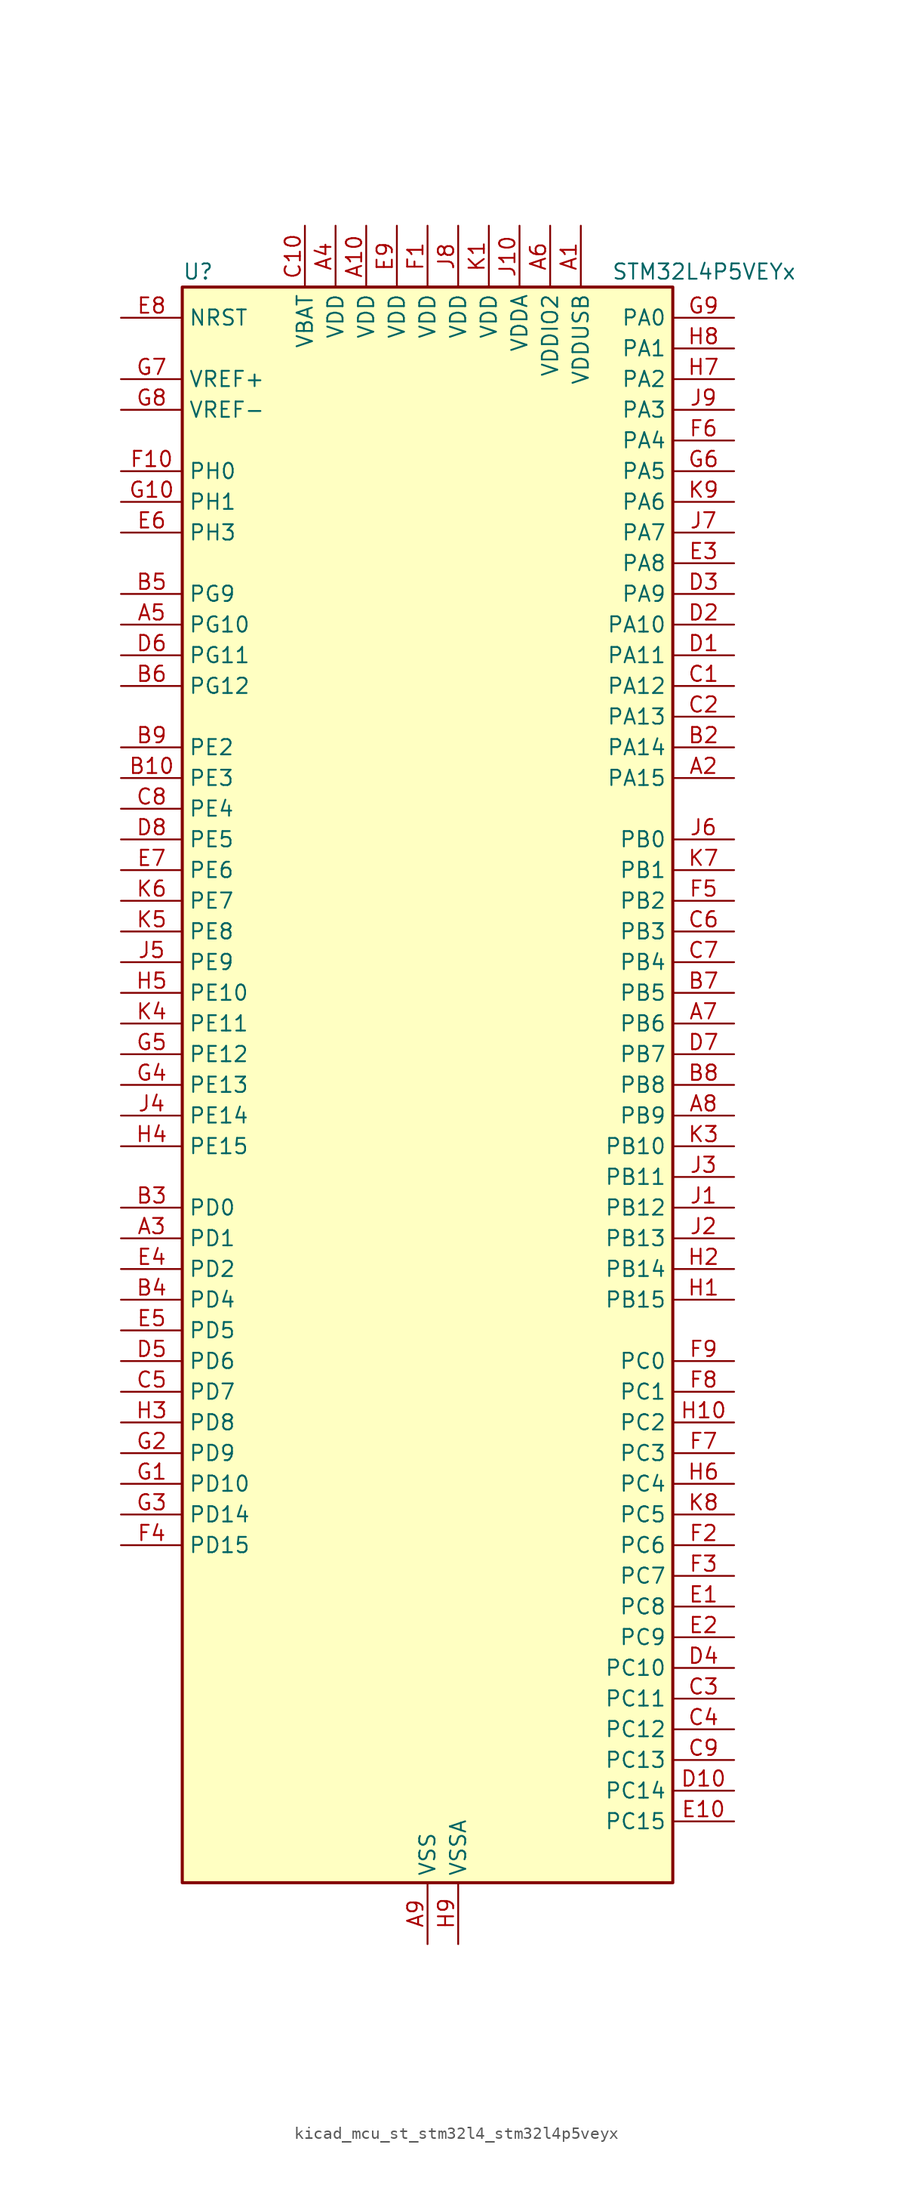
<source format=kicad_sym>
(kicad_symbol_lib
  (version 20220914)
  (generator kicad_symbol_editor)
  (symbol "kicad_mcu_st_stm32l4_stm32l4p5veyx"
    (property "Reference" "U"
      (at -20.32 67.31 0)
      (effects (font (size 1.27 1.27)) (justify left)))
    (property "Value" "STM32L4P5VEYx"
      (at 15.24 67.31 0)
      (effects (font (size 1.27 1.27)) (justify left)))
    (property "ki_locked" ""
      (at 0 0 0)
      (effects (font (size 1.27 1.27))))
    (symbol "kicad_mcu_st_stm32l4_stm32l4p5veyx_0_1"
      (rectangle (start -20.32 -66.04) (end 20.32 66.04) (stroke (width 0.254) (type default)) (fill (type background))))
    (symbol "kicad_mcu_st_stm32l4_stm32l4p5veyx_1_1"
      (pin power_in line (at 12.7 71.12 270) (length 5.08) (name "VDDUSB" (effects (font (size 1.27 1.27)))) (number "A1" (effects (font (size 1.27 1.27)))))
      (pin power_in line (at -5.08 71.12 270) (length 5.08) (name "VDD" (effects (font (size 1.27 1.27)))) (number "A10" (effects (font (size 1.27 1.27)))))
      (pin bidirectional line (at 25.4 25.4 180) (length 5.08) (name "PA15" (effects (font (size 1.27 1.27)))) (number "A2" (effects (font (size 1.27 1.27)))) (alternate "ADC1_EXTI15" bidirectional line) (alternate "ADC2_EXTI15" bidirectional line) (alternate "LTDC_HSYNC" bidirectional line) (alternate "SAI2_FS_B" bidirectional line) (alternate "SPI1_NSS" bidirectional line) (alternate "SPI3_NSS" bidirectional line) (alternate "SYS_JTDI" bidirectional line) (alternate "TIM2_CH1" bidirectional line) (alternate "TIM2_ETR" bidirectional line) (alternate "TSC_G3_IO1" bidirectional line) (alternate "UART4_DE" bidirectional line) (alternate "UART4_RTS" bidirectional line) (alternate "USART2_RX" bidirectional line) (alternate "USART3_DE" bidirectional line) (alternate "USART3_RTS" bidirectional line))
      (pin bidirectional line (at -25.4 -12.7 0) (length 5.08) (name "PD1" (effects (font (size 1.27 1.27)))) (number "A3" (effects (font (size 1.27 1.27)))) (alternate "CAN1_TX" bidirectional line) (alternate "FMC_D3" bidirectional line) (alternate "FMC_DA3" bidirectional line) (alternate "LTDC_B5" bidirectional line) (alternate "SPI2_SCK" bidirectional line))
      (pin power_in line (at -7.62 71.12 270) (length 5.08) (name "VDD" (effects (font (size 1.27 1.27)))) (number "A4" (effects (font (size 1.27 1.27)))))
      (pin bidirectional line (at -25.4 38.1 0) (length 5.08) (name "PG10" (effects (font (size 1.27 1.27)))) (number "A5" (effects (font (size 1.27 1.27)))) (alternate "FMC_NE3" bidirectional line) (alternate "LPTIM1_IN1" bidirectional line) (alternate "OCTOSPIM_P2_IO7" bidirectional line) (alternate "SAI2_FS_A" bidirectional line) (alternate "SDMMC2_D1" bidirectional line) (alternate "SPI3_MISO" bidirectional line) (alternate "TIM15_CH1" bidirectional line) (alternate "USART1_RX" bidirectional line))
      (pin power_in line (at 10.16 71.12 270) (length 5.08) (name "VDDIO2" (effects (font (size 1.27 1.27)))) (number "A6" (effects (font (size 1.27 1.27)))))
      (pin bidirectional line (at 25.4 5.08 180) (length 5.08) (name "PB6" (effects (font (size 1.27 1.27)))) (number "A7" (effects (font (size 1.27 1.27)))) (alternate "COMP2_INP" bidirectional line) (alternate "DCMI_D5" bidirectional line) (alternate "I2C1_SCL" bidirectional line) (alternate "I2C4_SCL" bidirectional line) (alternate "LPTIM1_ETR" bidirectional line) (alternate "LTDC_R6" bidirectional line) (alternate "PSSI_D5" bidirectional line) (alternate "SAI1_FS_B" bidirectional line) (alternate "TIM16_CH1N" bidirectional line) (alternate "TIM4_CH1" bidirectional line) (alternate "TIM8_BKIN2" bidirectional line) (alternate "TSC_G2_IO3" bidirectional line) (alternate "USART1_TX" bidirectional line))
      (pin bidirectional line (at 25.4 -2.54 180) (length 5.08) (name "PB9" (effects (font (size 1.27 1.27)))) (number "A8" (effects (font (size 1.27 1.27)))) (alternate "CAN1_TX" bidirectional line) (alternate "DAC1_EXTI9" bidirectional line) (alternate "DCMI_D7" bidirectional line) (alternate "I2C1_SDA" bidirectional line) (alternate "IR_OUT" bidirectional line) (alternate "PSSI_D7" bidirectional line) (alternate "SAI1_D2" bidirectional line) (alternate "SAI1_FS_A" bidirectional line) (alternate "SDMMC1_CDIR" bidirectional line) (alternate "SDMMC1_D5" bidirectional line) (alternate "SDMMC2_D5" bidirectional line) (alternate "SPI2_NSS" bidirectional line) (alternate "TIM17_CH1" bidirectional line) (alternate "TIM4_CH4" bidirectional line))
      (pin power_in line (at 0 -71.12 90) (length 5.08) (name "VSS" (effects (font (size 1.27 1.27)))) (number "A9" (effects (font (size 1.27 1.27)))))
      (pin passive line (at 0 -71.12 90) (length 5.08) hide (name "VSS" (effects (font (size 1.27 1.27)))) (number "B1" (effects (font (size 1.27 1.27)))))
      (pin bidirectional line (at -25.4 25.4 0) (length 5.08) (name "PE3" (effects (font (size 1.27 1.27)))) (number "B10" (effects (font (size 1.27 1.27)))) (alternate "FMC_A19" bidirectional line) (alternate "LTDC_R6" bidirectional line) (alternate "OCTOSPIM_P1_DQS" bidirectional line) (alternate "SAI1_SD_B" bidirectional line) (alternate "SYS_TRACED0" bidirectional line) (alternate "TIM3_CH1" bidirectional line) (alternate "TSC_G7_IO2" bidirectional line))
      (pin bidirectional line (at 25.4 27.94 180) (length 5.08) (name "PA14" (effects (font (size 1.27 1.27)))) (number "B2" (effects (font (size 1.27 1.27)))) (alternate "I2C1_SMBA" bidirectional line) (alternate "I2C4_SMBA" bidirectional line) (alternate "LPTIM1_OUT" bidirectional line) (alternate "SAI1_FS_B" bidirectional line) (alternate "SYS_JTCK-SWCLK" bidirectional line) (alternate "USB_OTG_FS_SOF" bidirectional line))
      (pin bidirectional line (at -25.4 -10.16 0) (length 5.08) (name "PD0" (effects (font (size 1.27 1.27)))) (number "B3" (effects (font (size 1.27 1.27)))) (alternate "CAN1_RX" bidirectional line) (alternate "FMC_D2" bidirectional line) (alternate "FMC_DA2" bidirectional line) (alternate "LTDC_B4" bidirectional line) (alternate "SPI2_NSS" bidirectional line))
      (pin bidirectional line (at -25.4 -17.78 0) (length 5.08) (name "PD4" (effects (font (size 1.27 1.27)))) (number "B4" (effects (font (size 1.27 1.27)))) (alternate "DFSDM1_CKIN0" bidirectional line) (alternate "FMC_NOE" bidirectional line) (alternate "OCTOSPIM_P1_IO4" bidirectional line) (alternate "SDMMC2_CKIN" bidirectional line) (alternate "SPI2_MOSI" bidirectional line) (alternate "USART2_DE" bidirectional line) (alternate "USART2_RTS" bidirectional line))
      (pin bidirectional line (at -25.4 40.64 0) (length 5.08) (name "PG9" (effects (font (size 1.27 1.27)))) (number "B5" (effects (font (size 1.27 1.27)))) (alternate "DAC1_EXTI9" bidirectional line) (alternate "FMC_NCE" bidirectional line) (alternate "FMC_NE2" bidirectional line) (alternate "OCTOSPIM_P2_IO6" bidirectional line) (alternate "SAI2_SCK_A" bidirectional line) (alternate "SDMMC2_D0" bidirectional line) (alternate "SPI3_SCK" bidirectional line) (alternate "TIM15_CH1N" bidirectional line) (alternate "USART1_TX" bidirectional line))
      (pin bidirectional line (at -25.4 33.02 0) (length 5.08) (name "PG12" (effects (font (size 1.27 1.27)))) (number "B6" (effects (font (size 1.27 1.27)))) (alternate "FMC_NE4" bidirectional line) (alternate "LPTIM1_ETR" bidirectional line) (alternate "OCTOSPIM_P2_NCS" bidirectional line) (alternate "SAI2_SD_A" bidirectional line) (alternate "SDMMC2_D3" bidirectional line) (alternate "SPI3_NSS" bidirectional line) (alternate "USART1_DE" bidirectional line) (alternate "USART1_RTS" bidirectional line))
      (pin bidirectional line (at 25.4 7.62 180) (length 5.08) (name "PB5" (effects (font (size 1.27 1.27)))) (number "B7" (effects (font (size 1.27 1.27)))) (alternate "COMP2_OUT" bidirectional line) (alternate "DCMI_D10" bidirectional line) (alternate "I2C1_SMBA" bidirectional line) (alternate "LPTIM1_IN1" bidirectional line) (alternate "OCTOSPIM_P1_IO0" bidirectional line) (alternate "PSSI_D10" bidirectional line) (alternate "SAI1_SD_B" bidirectional line) (alternate "SPI1_MOSI" bidirectional line) (alternate "SPI3_MOSI" bidirectional line) (alternate "TIM16_BKIN" bidirectional line) (alternate "TIM3_CH2" bidirectional line) (alternate "TSC_G2_IO2" bidirectional line) (alternate "UART5_CTS" bidirectional line) (alternate "USART1_CK" bidirectional line))
      (pin bidirectional line (at 25.4 0 180) (length 5.08) (name "PB8" (effects (font (size 1.27 1.27)))) (number "B8" (effects (font (size 1.27 1.27)))) (alternate "CAN1_RX" bidirectional line) (alternate "DCMI_D6" bidirectional line) (alternate "DFSDM1_CKOUT" bidirectional line) (alternate "I2C1_SCL" bidirectional line) (alternate "LTDC_DE" bidirectional line) (alternate "PSSI_D6" bidirectional line) (alternate "SAI1_CK1" bidirectional line) (alternate "SAI1_MCLK_A" bidirectional line) (alternate "SDMMC1_CKIN" bidirectional line) (alternate "SDMMC1_D4" bidirectional line) (alternate "SDMMC2_D4" bidirectional line) (alternate "TIM16_CH1" bidirectional line) (alternate "TIM4_CH3" bidirectional line))
      (pin bidirectional line (at -25.4 27.94 0) (length 5.08) (name "PE2" (effects (font (size 1.27 1.27)))) (number "B9" (effects (font (size 1.27 1.27)))) (alternate "FMC_A23" bidirectional line) (alternate "LTDC_R7" bidirectional line) (alternate "SAI1_CK1" bidirectional line) (alternate "SAI1_MCLK_A" bidirectional line) (alternate "SYS_TRACECLK" bidirectional line) (alternate "TIM3_ETR" bidirectional line) (alternate "TSC_G7_IO1" bidirectional line))
      (pin bidirectional line (at 25.4 33.02 180) (length 5.08) (name "PA12" (effects (font (size 1.27 1.27)))) (number "C1" (effects (font (size 1.27 1.27)))) (alternate "CAN1_TX" bidirectional line) (alternate "LTDC_VSYNC" bidirectional line) (alternate "OCTOSPIM_P2_NCS" bidirectional line) (alternate "SPI1_MOSI" bidirectional line) (alternate "TIM1_ETR" bidirectional line) (alternate "USART1_DE" bidirectional line) (alternate "USART1_RTS" bidirectional line) (alternate "USB_OTG_FS_DP" bidirectional line))
      (pin power_in line (at -10.16 71.12 270) (length 5.08) (name "VBAT" (effects (font (size 1.27 1.27)))) (number "C10" (effects (font (size 1.27 1.27)))))
      (pin bidirectional line (at 25.4 30.48 180) (length 5.08) (name "PA13" (effects (font (size 1.27 1.27)))) (number "C2" (effects (font (size 1.27 1.27)))) (alternate "IR_OUT" bidirectional line) (alternate "SAI1_SD_B" bidirectional line) (alternate "SYS_JTMS-SWDIO" bidirectional line) (alternate "USB_OTG_FS_NOE" bidirectional line))
      (pin bidirectional line (at 25.4 -50.8 180) (length 5.08) (name "PC11" (effects (font (size 1.27 1.27)))) (number "C3" (effects (font (size 1.27 1.27)))) (alternate "ADC1_EXTI11" bidirectional line) (alternate "ADC2_EXTI11" bidirectional line) (alternate "DCMI_D2" bidirectional line) (alternate "DCMI_D4" bidirectional line) (alternate "OCTOSPIM_P1_NCS" bidirectional line) (alternate "PSSI_D2" bidirectional line) (alternate "PSSI_D4" bidirectional line) (alternate "SAI2_MCLK_B" bidirectional line) (alternate "SDMMC1_D3" bidirectional line) (alternate "SPI3_MISO" bidirectional line) (alternate "TSC_G3_IO3" bidirectional line) (alternate "UART4_RX" bidirectional line) (alternate "USART3_RX" bidirectional line))
      (pin bidirectional line (at 25.4 -53.34 180) (length 5.08) (name "PC12" (effects (font (size 1.27 1.27)))) (number "C4" (effects (font (size 1.27 1.27)))) (alternate "DCMI_D9" bidirectional line) (alternate "LTDC_R6" bidirectional line) (alternate "PSSI_D9" bidirectional line) (alternate "SAI2_SD_B" bidirectional line) (alternate "SDMMC1_CK" bidirectional line) (alternate "SPI3_MOSI" bidirectional line) (alternate "SYS_TRACED3" bidirectional line) (alternate "TSC_G3_IO4" bidirectional line) (alternate "UART5_TX" bidirectional line) (alternate "USART3_CK" bidirectional line))
      (pin bidirectional line (at -25.4 -25.4 0) (length 5.08) (name "PD7" (effects (font (size 1.27 1.27)))) (number "C5" (effects (font (size 1.27 1.27)))) (alternate "DFSDM1_CKIN1" bidirectional line) (alternate "FMC_NCE" bidirectional line) (alternate "FMC_NE1" bidirectional line) (alternate "OCTOSPIM_P1_IO7" bidirectional line) (alternate "SDMMC2_CMD" bidirectional line) (alternate "USART2_CK" bidirectional line))
      (pin bidirectional line (at 25.4 12.7 180) (length 5.08) (name "PB3" (effects (font (size 1.27 1.27)))) (number "C6" (effects (font (size 1.27 1.27)))) (alternate "COMP2_INM" bidirectional line) (alternate "CRS_SYNC" bidirectional line) (alternate "OCTOSPIM_P1_IO4" bidirectional line) (alternate "SAI1_SCK_B" bidirectional line) (alternate "SDMMC2_D2" bidirectional line) (alternate "SPI1_SCK" bidirectional line) (alternate "SPI3_SCK" bidirectional line) (alternate "SYS_JTDO-SWO" bidirectional line) (alternate "TIM2_CH2" bidirectional line) (alternate "USART1_DE" bidirectional line) (alternate "USART1_RTS" bidirectional line))
      (pin bidirectional line (at 25.4 10.16 180) (length 5.08) (name "PB4" (effects (font (size 1.27 1.27)))) (number "C7" (effects (font (size 1.27 1.27)))) (alternate "COMP2_INP" bidirectional line) (alternate "DCMI_D12" bidirectional line) (alternate "I2C3_SDA" bidirectional line) (alternate "OCTOSPIM_P1_IO5" bidirectional line) (alternate "PSSI_D12" bidirectional line) (alternate "SAI1_MCLK_B" bidirectional line) (alternate "SDMMC2_D3" bidirectional line) (alternate "SPI1_MISO" bidirectional line) (alternate "SPI3_MISO" bidirectional line) (alternate "SYS_JTRST" bidirectional line) (alternate "TIM17_BKIN" bidirectional line) (alternate "TIM3_CH1" bidirectional line) (alternate "TSC_G2_IO1" bidirectional line) (alternate "UART5_DE" bidirectional line) (alternate "UART5_RTS" bidirectional line) (alternate "USART1_CTS" bidirectional line) (alternate "USART1_NSS" bidirectional line))
      (pin bidirectional line (at -25.4 22.86 0) (length 5.08) (name "PE4" (effects (font (size 1.27 1.27)))) (number "C8" (effects (font (size 1.27 1.27)))) (alternate "DCMI_D4" bidirectional line) (alternate "DFSDM1_DATIN3" bidirectional line) (alternate "FMC_A20" bidirectional line) (alternate "LTDC_B7" bidirectional line) (alternate "PSSI_D4" bidirectional line) (alternate "SAI1_D2" bidirectional line) (alternate "SAI1_FS_A" bidirectional line) (alternate "SYS_TRACED1" bidirectional line) (alternate "TIM3_CH2" bidirectional line) (alternate "TSC_G7_IO3" bidirectional line))
      (pin bidirectional line (at 25.4 -55.88 180) (length 5.08) (name "PC13" (effects (font (size 1.27 1.27)))) (number "C9" (effects (font (size 1.27 1.27)))) (alternate "RTC_OUT1" bidirectional line) (alternate "RTC_TAMP1" bidirectional line) (alternate "RTC_TS" bidirectional line) (alternate "SYS_WKUP2" bidirectional line))
      (pin bidirectional line (at 25.4 35.56 180) (length 5.08) (name "PA11" (effects (font (size 1.27 1.27)))) (number "D1" (effects (font (size 1.27 1.27)))) (alternate "ADC1_EXTI11" bidirectional line) (alternate "ADC2_EXTI11" bidirectional line) (alternate "CAN1_RX" bidirectional line) (alternate "LTDC_DE" bidirectional line) (alternate "SPI1_MISO" bidirectional line) (alternate "TIM1_BKIN2" bidirectional line) (alternate "TIM1_CH4" bidirectional line) (alternate "USART1_CTS" bidirectional line) (alternate "USART1_NSS" bidirectional line) (alternate "USB_OTG_FS_DM" bidirectional line))
      (pin bidirectional line (at 25.4 -58.42 180) (length 5.08) (name "PC14" (effects (font (size 1.27 1.27)))) (number "D10" (effects (font (size 1.27 1.27)))) (alternate "RCC_OSC32_IN" bidirectional line))
      (pin bidirectional line (at 25.4 38.1 180) (length 5.08) (name "PA10" (effects (font (size 1.27 1.27)))) (number "D2" (effects (font (size 1.27 1.27)))) (alternate "DCMI_D1" bidirectional line) (alternate "LTDC_G6" bidirectional line) (alternate "PSSI_D1" bidirectional line) (alternate "SAI1_D1" bidirectional line) (alternate "SAI1_SD_A" bidirectional line) (alternate "TIM17_BKIN" bidirectional line) (alternate "TIM1_CH3" bidirectional line) (alternate "USART1_RX" bidirectional line) (alternate "USB_OTG_FS_ID" bidirectional line))
      (pin bidirectional line (at 25.4 40.64 180) (length 5.08) (name "PA9" (effects (font (size 1.27 1.27)))) (number "D3" (effects (font (size 1.27 1.27)))) (alternate "DAC1_EXTI9" bidirectional line) (alternate "DCMI_D0" bidirectional line) (alternate "LTDC_G7" bidirectional line) (alternate "PSSI_D0" bidirectional line) (alternate "SAI1_FS_A" bidirectional line) (alternate "SPI2_SCK" bidirectional line) (alternate "TIM15_BKIN" bidirectional line) (alternate "TIM1_CH2" bidirectional line) (alternate "USART1_TX" bidirectional line) (alternate "USB_OTG_FS_VBUS" bidirectional line))
      (pin bidirectional line (at 25.4 -48.26 180) (length 5.08) (name "PC10" (effects (font (size 1.27 1.27)))) (number "D4" (effects (font (size 1.27 1.27)))) (alternate "DCMI_D8" bidirectional line) (alternate "DCMI_VSYNC" bidirectional line) (alternate "PSSI_D8" bidirectional line) (alternate "PSSI_RDY" bidirectional line) (alternate "SAI2_SCK_B" bidirectional line) (alternate "SDMMC1_D2" bidirectional line) (alternate "SPI3_SCK" bidirectional line) (alternate "SYS_TRACED1" bidirectional line) (alternate "TSC_G3_IO2" bidirectional line) (alternate "UART4_TX" bidirectional line) (alternate "USART3_TX" bidirectional line))
      (pin bidirectional line (at -25.4 -22.86 0) (length 5.08) (name "PD6" (effects (font (size 1.27 1.27)))) (number "D5" (effects (font (size 1.27 1.27)))) (alternate "DCMI_D10" bidirectional line) (alternate "DFSDM1_DATIN1" bidirectional line) (alternate "FMC_NWAIT" bidirectional line) (alternate "LTDC_DE" bidirectional line) (alternate "OCTOSPIM_P1_IO6" bidirectional line) (alternate "PSSI_D10" bidirectional line) (alternate "SAI1_D1" bidirectional line) (alternate "SAI1_SD_A" bidirectional line) (alternate "SDMMC2_CK" bidirectional line) (alternate "SPI3_MOSI" bidirectional line) (alternate "USART2_RX" bidirectional line))
      (pin bidirectional line (at -25.4 35.56 0) (length 5.08) (name "PG11" (effects (font (size 1.27 1.27)))) (number "D6" (effects (font (size 1.27 1.27)))) (alternate "ADC1_EXTI11" bidirectional line) (alternate "ADC2_EXTI11" bidirectional line) (alternate "LPTIM1_IN2" bidirectional line) (alternate "OCTOSPIM_P1_IO5" bidirectional line) (alternate "SAI2_MCLK_A" bidirectional line) (alternate "SDMMC2_D2" bidirectional line) (alternate "SPI3_MOSI" bidirectional line) (alternate "TIM15_CH2" bidirectional line) (alternate "USART1_CTS" bidirectional line) (alternate "USART1_NSS" bidirectional line))
      (pin bidirectional line (at 25.4 2.54 180) (length 5.08) (name "PB7" (effects (font (size 1.27 1.27)))) (number "D7" (effects (font (size 1.27 1.27)))) (alternate "COMP2_INM" bidirectional line) (alternate "DCMI_VSYNC" bidirectional line) (alternate "FMC_NL" bidirectional line) (alternate "I2C1_SDA" bidirectional line) (alternate "I2C4_SDA" bidirectional line) (alternate "LPTIM1_IN2" bidirectional line) (alternate "LTDC_VSYNC" bidirectional line) (alternate "PSSI_RDY" bidirectional line) (alternate "SYS_PVD_IN" bidirectional line) (alternate "TIM17_CH1N" bidirectional line) (alternate "TIM4_CH2" bidirectional line) (alternate "TIM8_BKIN" bidirectional line) (alternate "TSC_G2_IO4" bidirectional line) (alternate "UART4_CTS" bidirectional line) (alternate "USART1_RX" bidirectional line))
      (pin bidirectional line (at -25.4 20.32 0) (length 5.08) (name "PE5" (effects (font (size 1.27 1.27)))) (number "D8" (effects (font (size 1.27 1.27)))) (alternate "DCMI_D6" bidirectional line) (alternate "DFSDM1_CKIN3" bidirectional line) (alternate "FMC_A21" bidirectional line) (alternate "LTDC_G7" bidirectional line) (alternate "PSSI_D6" bidirectional line) (alternate "SAI1_CK2" bidirectional line) (alternate "SAI1_SCK_A" bidirectional line) (alternate "SYS_TRACED2" bidirectional line) (alternate "TIM3_CH3" bidirectional line) (alternate "TSC_G7_IO4" bidirectional line))
      (pin passive line (at 0 -71.12 90) (length 5.08) hide (name "VSS" (effects (font (size 1.27 1.27)))) (number "D9" (effects (font (size 1.27 1.27)))))
      (pin bidirectional line (at 25.4 -43.18 180) (length 5.08) (name "PC8" (effects (font (size 1.27 1.27)))) (number "E1" (effects (font (size 1.27 1.27)))) (alternate "DCMI_D2" bidirectional line) (alternate "PSSI_D2" bidirectional line) (alternate "SDMMC1_D0" bidirectional line) (alternate "TIM3_CH3" bidirectional line) (alternate "TIM8_CH3" bidirectional line) (alternate "TSC_G4_IO3" bidirectional line))
      (pin bidirectional line (at 25.4 -60.96 180) (length 5.08) (name "PC15" (effects (font (size 1.27 1.27)))) (number "E10" (effects (font (size 1.27 1.27)))) (alternate "ADC1_EXTI15" bidirectional line) (alternate "ADC2_EXTI15" bidirectional line) (alternate "RCC_OSC32_OUT" bidirectional line))
      (pin bidirectional line (at 25.4 -45.72 180) (length 5.08) (name "PC9" (effects (font (size 1.27 1.27)))) (number "E2" (effects (font (size 1.27 1.27)))) (alternate "DAC1_EXTI9" bidirectional line) (alternate "DCMI_D3" bidirectional line) (alternate "I2C3_SDA" bidirectional line) (alternate "PSSI_D3" bidirectional line) (alternate "SAI2_EXTCLK" bidirectional line) (alternate "SDMMC1_D1" bidirectional line) (alternate "SYS_TRACED0" bidirectional line) (alternate "TIM3_CH4" bidirectional line) (alternate "TIM8_BKIN2" bidirectional line) (alternate "TIM8_CH4" bidirectional line) (alternate "TSC_G4_IO4" bidirectional line) (alternate "USB_OTG_FS_NOE" bidirectional line))
      (pin bidirectional line (at 25.4 43.18 180) (length 5.08) (name "PA8" (effects (font (size 1.27 1.27)))) (number "E3" (effects (font (size 1.27 1.27)))) (alternate "LPTIM2_OUT" bidirectional line) (alternate "LTDC_B7" bidirectional line) (alternate "RCC_MCO" bidirectional line) (alternate "SAI1_CK2" bidirectional line) (alternate "SAI1_SCK_A" bidirectional line) (alternate "TIM1_CH1" bidirectional line) (alternate "USART1_CK" bidirectional line) (alternate "USB_OTG_FS_SOF" bidirectional line))
      (pin bidirectional line (at -25.4 -15.24 0) (length 5.08) (name "PD2" (effects (font (size 1.27 1.27)))) (number "E4" (effects (font (size 1.27 1.27)))) (alternate "DCMI_D11" bidirectional line) (alternate "PSSI_D11" bidirectional line) (alternate "SDMMC1_CMD" bidirectional line) (alternate "SYS_TRACED2" bidirectional line) (alternate "TIM3_ETR" bidirectional line) (alternate "TSC_SYNC" bidirectional line) (alternate "UART5_RX" bidirectional line) (alternate "USART3_DE" bidirectional line) (alternate "USART3_RTS" bidirectional line))
      (pin bidirectional line (at -25.4 -20.32 0) (length 5.08) (name "PD5" (effects (font (size 1.27 1.27)))) (number "E5" (effects (font (size 1.27 1.27)))) (alternate "FMC_NWE" bidirectional line) (alternate "OCTOSPIM_P1_IO5" bidirectional line) (alternate "USART2_TX" bidirectional line))
      (pin bidirectional line (at -25.4 45.72 0) (length 5.08) (name "PH3" (effects (font (size 1.27 1.27)))) (number "E6" (effects (font (size 1.27 1.27)))))
      (pin bidirectional line (at -25.4 17.78 0) (length 5.08) (name "PE6" (effects (font (size 1.27 1.27)))) (number "E7" (effects (font (size 1.27 1.27)))) (alternate "DCMI_D7" bidirectional line) (alternate "FMC_A22" bidirectional line) (alternate "LTDC_G6" bidirectional line) (alternate "PSSI_D7" bidirectional line) (alternate "RTC_TAMP3" bidirectional line) (alternate "SAI1_D1" bidirectional line) (alternate "SAI1_SD_A" bidirectional line) (alternate "SYS_TRACED3" bidirectional line) (alternate "SYS_WKUP3" bidirectional line) (alternate "TIM3_CH4" bidirectional line))
      (pin input line (at -25.4 63.5 0) (length 5.08) (name "NRST" (effects (font (size 1.27 1.27)))) (number "E8" (effects (font (size 1.27 1.27)))))
      (pin power_in line (at -2.54 71.12 270) (length 5.08) (name "VDD" (effects (font (size 1.27 1.27)))) (number "E9" (effects (font (size 1.27 1.27)))))
      (pin power_in line (at 0 71.12 270) (length 5.08) (name "VDD" (effects (font (size 1.27 1.27)))) (number "F1" (effects (font (size 1.27 1.27)))))
      (pin bidirectional line (at -25.4 50.8 0) (length 5.08) (name "PH0" (effects (font (size 1.27 1.27)))) (number "F10" (effects (font (size 1.27 1.27)))) (alternate "RCC_OSC_IN" bidirectional line))
      (pin bidirectional line (at 25.4 -38.1 180) (length 5.08) (name "PC6" (effects (font (size 1.27 1.27)))) (number "F2" (effects (font (size 1.27 1.27)))) (alternate "DCMI_D0" bidirectional line) (alternate "DFSDM1_CKIN3" bidirectional line) (alternate "LTDC_G7" bidirectional line) (alternate "PSSI_D0" bidirectional line) (alternate "SAI2_MCLK_A" bidirectional line) (alternate "SDMMC1_D0DIR" bidirectional line) (alternate "SDMMC1_D6" bidirectional line) (alternate "SDMMC2_D6" bidirectional line) (alternate "TIM3_CH1" bidirectional line) (alternate "TIM8_CH1" bidirectional line) (alternate "TSC_G4_IO1" bidirectional line))
      (pin bidirectional line (at 25.4 -40.64 180) (length 5.08) (name "PC7" (effects (font (size 1.27 1.27)))) (number "F3" (effects (font (size 1.27 1.27)))) (alternate "DCMI_D1" bidirectional line) (alternate "DFSDM1_DATIN3" bidirectional line) (alternate "LTDC_B6" bidirectional line) (alternate "PSSI_D1" bidirectional line) (alternate "SAI2_MCLK_B" bidirectional line) (alternate "SDMMC1_D123DIR" bidirectional line) (alternate "SDMMC1_D7" bidirectional line) (alternate "SDMMC2_D7" bidirectional line) (alternate "TIM3_CH2" bidirectional line) (alternate "TIM8_CH2" bidirectional line) (alternate "TSC_G4_IO2" bidirectional line))
      (pin bidirectional line (at -25.4 -38.1 0) (length 5.08) (name "PD15" (effects (font (size 1.27 1.27)))) (number "F4" (effects (font (size 1.27 1.27)))) (alternate "ADC1_EXTI15" bidirectional line) (alternate "ADC2_EXTI15" bidirectional line) (alternate "FMC_D1" bidirectional line) (alternate "FMC_DA1" bidirectional line) (alternate "LTDC_B3" bidirectional line) (alternate "TIM4_CH4" bidirectional line))
      (pin bidirectional line (at 25.4 15.24 180) (length 5.08) (name "PB2" (effects (font (size 1.27 1.27)))) (number "F5" (effects (font (size 1.27 1.27)))) (alternate "COMP1_INP" bidirectional line) (alternate "DFSDM1_CKIN0" bidirectional line) (alternate "I2C3_SMBA" bidirectional line) (alternate "LPTIM1_OUT" bidirectional line) (alternate "OCTOSPIM_P1_DQS" bidirectional line) (alternate "RTC_OUT2" bidirectional line))
      (pin bidirectional line (at 25.4 53.34 180) (length 5.08) (name "PA4" (effects (font (size 1.27 1.27)))) (number "F6" (effects (font (size 1.27 1.27)))) (alternate "ADC1_IN9" bidirectional line) (alternate "ADC2_IN9" bidirectional line) (alternate "DAC1_OUT1" bidirectional line) (alternate "DCMI_HSYNC" bidirectional line) (alternate "LPTIM2_OUT" bidirectional line) (alternate "LTDC_CLK" bidirectional line) (alternate "OCTOSPIM_P1_NCS" bidirectional line) (alternate "PSSI_DE" bidirectional line) (alternate "SAI1_FS_B" bidirectional line) (alternate "SPI1_NSS" bidirectional line) (alternate "SPI3_NSS" bidirectional line) (alternate "USART2_CK" bidirectional line))
      (pin bidirectional line (at 25.4 -30.48 180) (length 5.08) (name "PC3" (effects (font (size 1.27 1.27)))) (number "F7" (effects (font (size 1.27 1.27)))) (alternate "ADC1_IN4" bidirectional line) (alternate "ADC2_IN4" bidirectional line) (alternate "LPTIM1_ETR" bidirectional line) (alternate "LPTIM2_ETR" bidirectional line) (alternate "OCTOSPIM_P1_IO6" bidirectional line) (alternate "SAI1_D1" bidirectional line) (alternate "SAI1_SD_A" bidirectional line) (alternate "SPI2_MOSI" bidirectional line))
      (pin bidirectional line (at 25.4 -25.4 180) (length 5.08) (name "PC1" (effects (font (size 1.27 1.27)))) (number "F8" (effects (font (size 1.27 1.27)))) (alternate "ADC1_IN2" bidirectional line) (alternate "ADC2_IN2" bidirectional line) (alternate "I2C3_SDA" bidirectional line) (alternate "LPTIM1_OUT" bidirectional line) (alternate "LPUART1_TX" bidirectional line) (alternate "OCTOSPIM_P1_IO4" bidirectional line) (alternate "SAI1_SD_A" bidirectional line) (alternate "SPI2_MOSI" bidirectional line) (alternate "SYS_TRACED0" bidirectional line))
      (pin bidirectional line (at 25.4 -22.86 180) (length 5.08) (name "PC0" (effects (font (size 1.27 1.27)))) (number "F9" (effects (font (size 1.27 1.27)))) (alternate "ADC1_IN1" bidirectional line) (alternate "ADC2_IN1" bidirectional line) (alternate "I2C3_SCL" bidirectional line) (alternate "LPTIM1_IN1" bidirectional line) (alternate "LPTIM2_IN1" bidirectional line) (alternate "LPUART1_RX" bidirectional line) (alternate "LTDC_DE" bidirectional line) (alternate "SAI2_FS_A" bidirectional line) (alternate "SDMMC1_CMD" bidirectional line) (alternate "SDMMC2_CKIN" bidirectional line))
      (pin bidirectional line (at -25.4 -33.02 0) (length 5.08) (name "PD10" (effects (font (size 1.27 1.27)))) (number "G1" (effects (font (size 1.27 1.27)))) (alternate "FMC_D15" bidirectional line) (alternate "FMC_DA15" bidirectional line) (alternate "LTDC_R5" bidirectional line) (alternate "SAI2_SCK_A" bidirectional line) (alternate "USART3_CK" bidirectional line))
      (pin bidirectional line (at -25.4 48.26 0) (length 5.08) (name "PH1" (effects (font (size 1.27 1.27)))) (number "G10" (effects (font (size 1.27 1.27)))) (alternate "RCC_OSC_OUT" bidirectional line))
      (pin bidirectional line (at -25.4 -30.48 0) (length 5.08) (name "PD9" (effects (font (size 1.27 1.27)))) (number "G2" (effects (font (size 1.27 1.27)))) (alternate "DAC1_EXTI9" bidirectional line) (alternate "DCMI_PIXCLK" bidirectional line) (alternate "FMC_D14" bidirectional line) (alternate "FMC_DA14" bidirectional line) (alternate "LTDC_R4" bidirectional line) (alternate "PSSI_PDCK" bidirectional line) (alternate "SAI2_MCLK_A" bidirectional line) (alternate "USART3_RX" bidirectional line))
      (pin bidirectional line (at -25.4 -35.56 0) (length 5.08) (name "PD14" (effects (font (size 1.27 1.27)))) (number "G3" (effects (font (size 1.27 1.27)))) (alternate "FMC_D0" bidirectional line) (alternate "FMC_DA0" bidirectional line) (alternate "LTDC_B2" bidirectional line) (alternate "TIM4_CH3" bidirectional line))
      (pin bidirectional line (at -25.4 0 0) (length 5.08) (name "PE13" (effects (font (size 1.27 1.27)))) (number "G4" (effects (font (size 1.27 1.27)))) (alternate "FMC_D10" bidirectional line) (alternate "FMC_DA10" bidirectional line) (alternate "LTDC_G6" bidirectional line) (alternate "OCTOSPIM_P1_IO1" bidirectional line) (alternate "SPI1_SCK" bidirectional line) (alternate "TIM1_CH3" bidirectional line) (alternate "TSC_G5_IO4" bidirectional line))
      (pin bidirectional line (at -25.4 2.54 0) (length 5.08) (name "PE12" (effects (font (size 1.27 1.27)))) (number "G5" (effects (font (size 1.27 1.27)))) (alternate "FMC_D9" bidirectional line) (alternate "FMC_DA9" bidirectional line) (alternate "LTDC_G5" bidirectional line) (alternate "OCTOSPIM_P1_IO0" bidirectional line) (alternate "SPI1_NSS" bidirectional line) (alternate "TIM1_CH3N" bidirectional line) (alternate "TSC_G5_IO3" bidirectional line))
      (pin bidirectional line (at 25.4 50.8 180) (length 5.08) (name "PA5" (effects (font (size 1.27 1.27)))) (number "G6" (effects (font (size 1.27 1.27)))) (alternate "ADC1_IN10" bidirectional line) (alternate "ADC2_IN10" bidirectional line) (alternate "DAC1_OUT2" bidirectional line) (alternate "LPTIM2_ETR" bidirectional line) (alternate "LTDC_R7" bidirectional line) (alternate "PSSI_D14" bidirectional line) (alternate "SPI1_SCK" bidirectional line) (alternate "TIM2_CH1" bidirectional line) (alternate "TIM2_ETR" bidirectional line) (alternate "TIM8_CH1N" bidirectional line))
      (pin input line (at -25.4 58.42 0) (length 5.08) (name "VREF+" (effects (font (size 1.27 1.27)))) (number "G7" (effects (font (size 1.27 1.27)))) (alternate "VREFBUF_OUT" bidirectional line))
      (pin input line (at -25.4 55.88 0) (length 5.08) (name "VREF-" (effects (font (size 1.27 1.27)))) (number "G8" (effects (font (size 1.27 1.27)))))
      (pin bidirectional line (at 25.4 63.5 180) (length 5.08) (name "PA0" (effects (font (size 1.27 1.27)))) (number "G9" (effects (font (size 1.27 1.27)))) (alternate "ADC1_IN5" bidirectional line) (alternate "ADC2_IN5" bidirectional line) (alternate "OPAMP1_VINP" bidirectional line) (alternate "RTC_TAMP2" bidirectional line) (alternate "SAI1_EXTCLK" bidirectional line) (alternate "SYS_WKUP1" bidirectional line) (alternate "TIM2_CH1" bidirectional line) (alternate "TIM2_ETR" bidirectional line) (alternate "TIM5_CH1" bidirectional line) (alternate "TIM8_ETR" bidirectional line) (alternate "UART4_TX" bidirectional line) (alternate "USART2_CTS" bidirectional line) (alternate "USART2_NSS" bidirectional line))
      (pin bidirectional line (at 25.4 -17.78 180) (length 5.08) (name "PB15" (effects (font (size 1.27 1.27)))) (number "H1" (effects (font (size 1.27 1.27)))) (alternate "ADC1_EXTI15" bidirectional line) (alternate "ADC2_EXTI15" bidirectional line) (alternate "DFSDM1_CKIN2" bidirectional line) (alternate "OCTOSPIM_P1_IO7" bidirectional line) (alternate "RTC_REFIN" bidirectional line) (alternate "SAI2_SD_A" bidirectional line) (alternate "SDMMC2_D1" bidirectional line) (alternate "SPI2_MOSI" bidirectional line) (alternate "TIM15_CH2" bidirectional line) (alternate "TIM1_CH3N" bidirectional line) (alternate "TIM8_CH3N" bidirectional line) (alternate "TSC_G1_IO4" bidirectional line))
      (pin bidirectional line (at 25.4 -27.94 180) (length 5.08) (name "PC2" (effects (font (size 1.27 1.27)))) (number "H10" (effects (font (size 1.27 1.27)))) (alternate "ADC1_IN3" bidirectional line) (alternate "ADC2_IN3" bidirectional line) (alternate "DFSDM1_CKOUT" bidirectional line) (alternate "LPTIM1_IN2" bidirectional line) (alternate "LTDC_HSYNC" bidirectional line) (alternate "OCTOSPIM_P1_IO5" bidirectional line) (alternate "SPI2_MISO" bidirectional line))
      (pin bidirectional line (at 25.4 -15.24 180) (length 5.08) (name "PB14" (effects (font (size 1.27 1.27)))) (number "H2" (effects (font (size 1.27 1.27)))) (alternate "DFSDM1_DATIN2" bidirectional line) (alternate "I2C2_SDA" bidirectional line) (alternate "OCTOSPIM_P1_IO6" bidirectional line) (alternate "SAI2_MCLK_A" bidirectional line) (alternate "SDMMC2_D0" bidirectional line) (alternate "SPI2_MISO" bidirectional line) (alternate "TIM15_CH1" bidirectional line) (alternate "TIM1_CH2N" bidirectional line) (alternate "TIM8_CH2N" bidirectional line) (alternate "TSC_G1_IO3" bidirectional line) (alternate "USART3_DE" bidirectional line) (alternate "USART3_RTS" bidirectional line))
      (pin bidirectional line (at -25.4 -27.94 0) (length 5.08) (name "PD8" (effects (font (size 1.27 1.27)))) (number "H3" (effects (font (size 1.27 1.27)))) (alternate "DCMI_HSYNC" bidirectional line) (alternate "FMC_D13" bidirectional line) (alternate "FMC_DA13" bidirectional line) (alternate "LTDC_R3" bidirectional line) (alternate "PSSI_DE" bidirectional line) (alternate "USART3_TX" bidirectional line))
      (pin bidirectional line (at -25.4 -5.08 0) (length 5.08) (name "PE15" (effects (font (size 1.27 1.27)))) (number "H4" (effects (font (size 1.27 1.27)))) (alternate "ADC1_EXTI15" bidirectional line) (alternate "ADC2_EXTI15" bidirectional line) (alternate "FMC_D12" bidirectional line) (alternate "FMC_DA12" bidirectional line) (alternate "LTDC_R2" bidirectional line) (alternate "OCTOSPIM_P1_IO3" bidirectional line) (alternate "SPI1_MOSI" bidirectional line) (alternate "TIM1_BKIN" bidirectional line))
      (pin bidirectional line (at -25.4 7.62 0) (length 5.08) (name "PE10" (effects (font (size 1.27 1.27)))) (number "H5" (effects (font (size 1.27 1.27)))) (alternate "FMC_D7" bidirectional line) (alternate "FMC_DA7" bidirectional line) (alternate "LTDC_G3" bidirectional line) (alternate "OCTOSPIM_P1_CLK" bidirectional line) (alternate "SAI1_MCLK_B" bidirectional line) (alternate "TIM1_CH2N" bidirectional line) (alternate "TSC_G5_IO1" bidirectional line))
      (pin bidirectional line (at 25.4 -33.02 180) (length 5.08) (name "PC4" (effects (font (size 1.27 1.27)))) (number "H6" (effects (font (size 1.27 1.27)))) (alternate "ADC1_IN13" bidirectional line) (alternate "ADC2_IN13" bidirectional line) (alternate "COMP1_INM" bidirectional line) (alternate "OCTOSPIM_P1_IO7" bidirectional line) (alternate "OCTOSPIM_P2_NCS" bidirectional line) (alternate "USART3_TX" bidirectional line))
      (pin bidirectional line (at 25.4 58.42 180) (length 5.08) (name "PA2" (effects (font (size 1.27 1.27)))) (number "H7" (effects (font (size 1.27 1.27)))) (alternate "ADC1_IN7" bidirectional line) (alternate "ADC2_IN7" bidirectional line) (alternate "LPUART1_TX" bidirectional line) (alternate "OCTOSPIM_P1_NCS" bidirectional line) (alternate "RCC_LSCO" bidirectional line) (alternate "SAI2_EXTCLK" bidirectional line) (alternate "SYS_WKUP4" bidirectional line) (alternate "TIM15_CH1" bidirectional line) (alternate "TIM2_CH3" bidirectional line) (alternate "TIM5_CH3" bidirectional line) (alternate "USART2_TX" bidirectional line))
      (pin bidirectional line (at 25.4 60.96 180) (length 5.08) (name "PA1" (effects (font (size 1.27 1.27)))) (number "H8" (effects (font (size 1.27 1.27)))) (alternate "ADC1_IN6" bidirectional line) (alternate "ADC2_IN6" bidirectional line) (alternate "I2C1_SMBA" bidirectional line) (alternate "OCTOSPIM_P1_DQS" bidirectional line) (alternate "OPAMP1_VINM" bidirectional line) (alternate "SDMMC2_CMD" bidirectional line) (alternate "SPI1_SCK" bidirectional line) (alternate "TIM15_CH1N" bidirectional line) (alternate "TIM2_CH2" bidirectional line) (alternate "TIM5_CH2" bidirectional line) (alternate "UART4_RX" bidirectional line) (alternate "USART2_DE" bidirectional line) (alternate "USART2_RTS" bidirectional line))
      (pin power_in line (at 2.54 -71.12 90) (length 5.08) (name "VSSA" (effects (font (size 1.27 1.27)))) (number "H9" (effects (font (size 1.27 1.27)))))
      (pin bidirectional line (at 25.4 -10.16 180) (length 5.08) (name "PB12" (effects (font (size 1.27 1.27)))) (number "J1" (effects (font (size 1.27 1.27)))) (alternate "DFSDM1_DATIN1" bidirectional line) (alternate "I2C2_SMBA" bidirectional line) (alternate "LPUART1_DE" bidirectional line) (alternate "LPUART1_RTS" bidirectional line) (alternate "OCTOSPIM_P1_NCLK" bidirectional line) (alternate "SAI2_FS_A" bidirectional line) (alternate "SDMMC2_CK" bidirectional line) (alternate "SPI2_NSS" bidirectional line) (alternate "TIM15_BKIN" bidirectional line) (alternate "TIM1_BKIN" bidirectional line) (alternate "TSC_G1_IO1" bidirectional line) (alternate "USART3_CK" bidirectional line))
      (pin power_in line (at 7.62 71.12 270) (length 5.08) (name "VDDA" (effects (font (size 1.27 1.27)))) (number "J10" (effects (font (size 1.27 1.27)))))
      (pin bidirectional line (at 25.4 -12.7 180) (length 5.08) (name "PB13" (effects (font (size 1.27 1.27)))) (number "J2" (effects (font (size 1.27 1.27)))) (alternate "DFSDM1_CKIN1" bidirectional line) (alternate "I2C2_SCL" bidirectional line) (alternate "LPUART1_CTS" bidirectional line) (alternate "OCTOSPIM_P1_IO1" bidirectional line) (alternate "SAI2_SCK_A" bidirectional line) (alternate "SPI2_SCK" bidirectional line) (alternate "TIM15_CH1N" bidirectional line) (alternate "TIM1_CH1N" bidirectional line) (alternate "TSC_G1_IO2" bidirectional line) (alternate "USART3_CTS" bidirectional line) (alternate "USART3_NSS" bidirectional line))
      (pin bidirectional line (at 25.4 -7.62 180) (length 5.08) (name "PB11" (effects (font (size 1.27 1.27)))) (number "J3" (effects (font (size 1.27 1.27)))) (alternate "ADC1_EXTI11" bidirectional line) (alternate "ADC2_EXTI11" bidirectional line) (alternate "COMP2_OUT" bidirectional line) (alternate "I2C2_SDA" bidirectional line) (alternate "I2C4_SDA" bidirectional line) (alternate "LPUART1_TX" bidirectional line) (alternate "LTDC_VSYNC" bidirectional line) (alternate "OCTOSPIM_P1_NCS" bidirectional line) (alternate "TIM2_CH4" bidirectional line) (alternate "USART3_RX" bidirectional line))
      (pin bidirectional line (at -25.4 -2.54 0) (length 5.08) (name "PE14" (effects (font (size 1.27 1.27)))) (number "J4" (effects (font (size 1.27 1.27)))) (alternate "FMC_D11" bidirectional line) (alternate "FMC_DA11" bidirectional line) (alternate "LTDC_G7" bidirectional line) (alternate "OCTOSPIM_P1_IO2" bidirectional line) (alternate "SPI1_MISO" bidirectional line) (alternate "TIM1_BKIN2" bidirectional line) (alternate "TIM1_CH4" bidirectional line))
      (pin bidirectional line (at -25.4 10.16 0) (length 5.08) (name "PE9" (effects (font (size 1.27 1.27)))) (number "J5" (effects (font (size 1.27 1.27)))) (alternate "DAC1_EXTI9" bidirectional line) (alternate "DFSDM1_CKOUT" bidirectional line) (alternate "FMC_D6" bidirectional line) (alternate "FMC_DA6" bidirectional line) (alternate "LTDC_G2" bidirectional line) (alternate "OCTOSPIM_P1_NCLK" bidirectional line) (alternate "SAI1_FS_B" bidirectional line) (alternate "TIM1_CH1" bidirectional line))
      (pin bidirectional line (at 25.4 20.32 180) (length 5.08) (name "PB0" (effects (font (size 1.27 1.27)))) (number "J6" (effects (font (size 1.27 1.27)))) (alternate "ADC1_IN15" bidirectional line) (alternate "ADC2_IN15" bidirectional line) (alternate "COMP1_OUT" bidirectional line) (alternate "LTDC_B6" bidirectional line) (alternate "OCTOSPIM_P1_IO1" bidirectional line) (alternate "OPAMP2_VOUT" bidirectional line) (alternate "SAI1_EXTCLK" bidirectional line) (alternate "SPI1_NSS" bidirectional line) (alternate "TIM1_CH2N" bidirectional line) (alternate "TIM3_CH3" bidirectional line) (alternate "TIM8_CH2N" bidirectional line) (alternate "USART3_CK" bidirectional line))
      (pin bidirectional line (at 25.4 45.72 180) (length 5.08) (name "PA7" (effects (font (size 1.27 1.27)))) (number "J7" (effects (font (size 1.27 1.27)))) (alternate "ADC1_IN12" bidirectional line) (alternate "ADC2_IN12" bidirectional line) (alternate "I2C3_SCL" bidirectional line) (alternate "OCTOSPIM_P1_IO2" bidirectional line) (alternate "OPAMP2_VINM" bidirectional line) (alternate "SPI1_MOSI" bidirectional line) (alternate "TIM17_CH1" bidirectional line) (alternate "TIM1_CH1N" bidirectional line) (alternate "TIM3_CH2" bidirectional line) (alternate "TIM8_CH1N" bidirectional line))
      (pin power_in line (at 2.54 71.12 270) (length 5.08) (name "VDD" (effects (font (size 1.27 1.27)))) (number "J8" (effects (font (size 1.27 1.27)))))
      (pin bidirectional line (at 25.4 55.88 180) (length 5.08) (name "PA3" (effects (font (size 1.27 1.27)))) (number "J9" (effects (font (size 1.27 1.27)))) (alternate "ADC1_IN8" bidirectional line) (alternate "ADC2_IN8" bidirectional line) (alternate "LPUART1_RX" bidirectional line) (alternate "OCTOSPIM_P1_CLK" bidirectional line) (alternate "OPAMP1_VOUT" bidirectional line) (alternate "SAI1_CK1" bidirectional line) (alternate "SAI1_MCLK_A" bidirectional line) (alternate "TIM15_CH2" bidirectional line) (alternate "TIM2_CH4" bidirectional line) (alternate "TIM5_CH4" bidirectional line) (alternate "USART2_RX" bidirectional line))
      (pin power_in line (at 5.08 71.12 270) (length 5.08) (name "VDD" (effects (font (size 1.27 1.27)))) (number "K1" (effects (font (size 1.27 1.27)))))
      (pin passive line (at 0 -71.12 90) (length 5.08) hide (name "VSS" (effects (font (size 1.27 1.27)))) (number "K10" (effects (font (size 1.27 1.27)))))
      (pin passive line (at 0 -71.12 90) (length 5.08) hide (name "VSS" (effects (font (size 1.27 1.27)))) (number "K2" (effects (font (size 1.27 1.27)))))
      (pin bidirectional line (at 25.4 -5.08 180) (length 5.08) (name "PB10" (effects (font (size 1.27 1.27)))) (number "K3" (effects (font (size 1.27 1.27)))) (alternate "COMP1_OUT" bidirectional line) (alternate "I2C2_SCL" bidirectional line) (alternate "I2C4_SCL" bidirectional line) (alternate "LPUART1_RX" bidirectional line) (alternate "OCTOSPIM_P1_CLK" bidirectional line) (alternate "OCTOSPIM_P1_IO3" bidirectional line) (alternate "SAI1_SCK_A" bidirectional line) (alternate "SPI2_SCK" bidirectional line) (alternate "TIM2_CH3" bidirectional line) (alternate "TSC_SYNC" bidirectional line) (alternate "USART3_TX" bidirectional line))
      (pin bidirectional line (at -25.4 5.08 0) (length 5.08) (name "PE11" (effects (font (size 1.27 1.27)))) (number "K4" (effects (font (size 1.27 1.27)))) (alternate "ADC1_EXTI11" bidirectional line) (alternate "ADC2_EXTI11" bidirectional line) (alternate "FMC_D8" bidirectional line) (alternate "FMC_DA8" bidirectional line) (alternate "LTDC_G4" bidirectional line) (alternate "OCTOSPIM_P1_NCS" bidirectional line) (alternate "TIM1_CH2" bidirectional line) (alternate "TSC_G5_IO2" bidirectional line))
      (pin bidirectional line (at -25.4 12.7 0) (length 5.08) (name "PE8" (effects (font (size 1.27 1.27)))) (number "K5" (effects (font (size 1.27 1.27)))) (alternate "DFSDM1_CKIN2" bidirectional line) (alternate "FMC_D5" bidirectional line) (alternate "FMC_DA5" bidirectional line) (alternate "LTDC_B7" bidirectional line) (alternate "SAI1_SCK_B" bidirectional line) (alternate "TIM1_CH1N" bidirectional line))
      (pin bidirectional line (at -25.4 15.24 0) (length 5.08) (name "PE7" (effects (font (size 1.27 1.27)))) (number "K6" (effects (font (size 1.27 1.27)))) (alternate "DFSDM1_DATIN2" bidirectional line) (alternate "FMC_D4" bidirectional line) (alternate "FMC_DA4" bidirectional line) (alternate "LTDC_B6" bidirectional line) (alternate "SAI1_SD_B" bidirectional line) (alternate "TIM1_ETR" bidirectional line))
      (pin bidirectional line (at 25.4 17.78 180) (length 5.08) (name "PB1" (effects (font (size 1.27 1.27)))) (number "K7" (effects (font (size 1.27 1.27)))) (alternate "ADC1_IN16" bidirectional line) (alternate "ADC2_IN16" bidirectional line) (alternate "COMP1_INM" bidirectional line) (alternate "DFSDM1_DATIN0" bidirectional line) (alternate "LPTIM2_IN1" bidirectional line) (alternate "LPUART1_DE" bidirectional line) (alternate "LPUART1_RTS" bidirectional line) (alternate "LTDC_G6" bidirectional line) (alternate "OCTOSPIM_P1_IO0" bidirectional line) (alternate "TIM1_CH3N" bidirectional line) (alternate "TIM3_CH4" bidirectional line) (alternate "TIM8_CH3N" bidirectional line) (alternate "USART3_DE" bidirectional line) (alternate "USART3_RTS" bidirectional line))
      (pin bidirectional line (at 25.4 -35.56 180) (length 5.08) (name "PC5" (effects (font (size 1.27 1.27)))) (number "K8" (effects (font (size 1.27 1.27)))) (alternate "ADC1_IN14" bidirectional line) (alternate "ADC2_IN14" bidirectional line) (alternate "COMP1_INP" bidirectional line) (alternate "LTDC_CLK" bidirectional line) (alternate "PSSI_D15" bidirectional line) (alternate "SAI1_D3" bidirectional line) (alternate "SYS_WKUP5" bidirectional line) (alternate "USART3_RX" bidirectional line))
      (pin bidirectional line (at 25.4 48.26 180) (length 5.08) (name "PA6" (effects (font (size 1.27 1.27)))) (number "K9" (effects (font (size 1.27 1.27)))) (alternate "ADC1_IN11" bidirectional line) (alternate "ADC2_IN11" bidirectional line) (alternate "DCMI_PIXCLK" bidirectional line) (alternate "LPUART1_CTS" bidirectional line) (alternate "OCTOSPIM_P1_IO3" bidirectional line) (alternate "OPAMP2_VINP" bidirectional line) (alternate "PSSI_PDCK" bidirectional line) (alternate "SPI1_MISO" bidirectional line) (alternate "TIM16_CH1" bidirectional line) (alternate "TIM1_BKIN" bidirectional line) (alternate "TIM3_CH1" bidirectional line) (alternate "TIM8_BKIN" bidirectional line) (alternate "USART3_CTS" bidirectional line) (alternate "USART3_NSS" bidirectional line)))))
</source>
